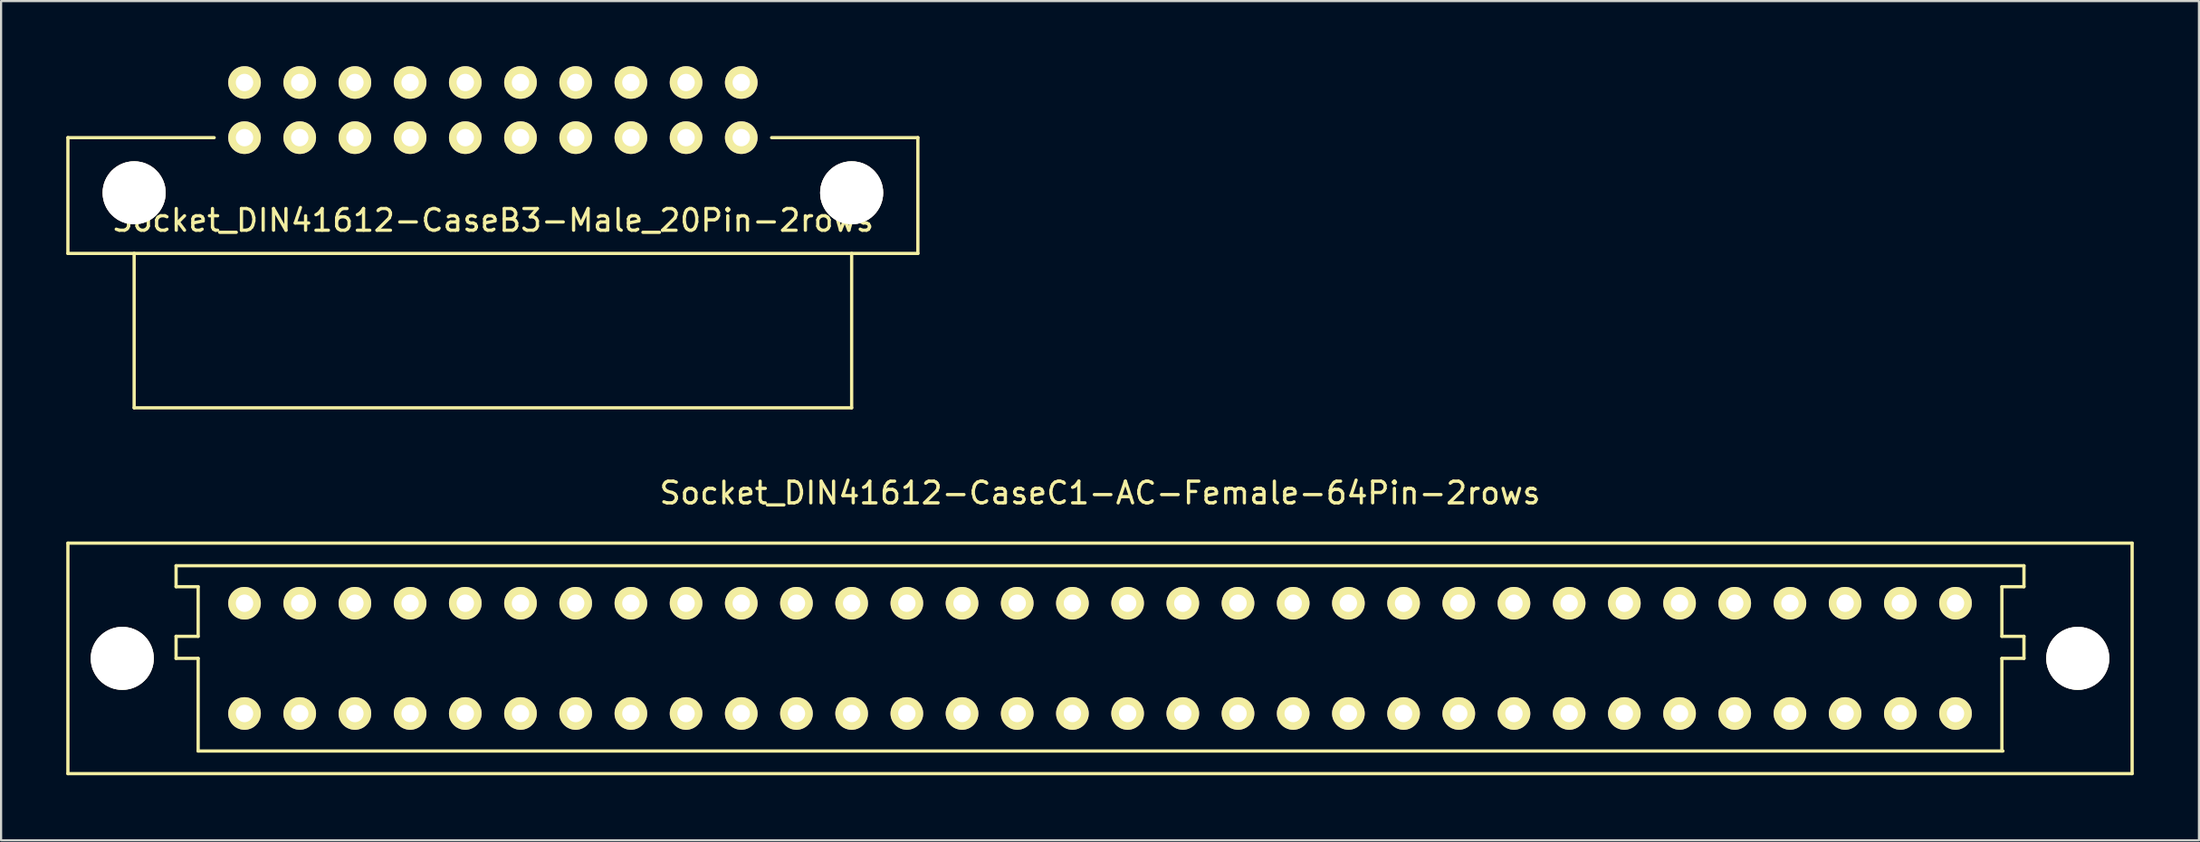
<source format=kicad_pcb>
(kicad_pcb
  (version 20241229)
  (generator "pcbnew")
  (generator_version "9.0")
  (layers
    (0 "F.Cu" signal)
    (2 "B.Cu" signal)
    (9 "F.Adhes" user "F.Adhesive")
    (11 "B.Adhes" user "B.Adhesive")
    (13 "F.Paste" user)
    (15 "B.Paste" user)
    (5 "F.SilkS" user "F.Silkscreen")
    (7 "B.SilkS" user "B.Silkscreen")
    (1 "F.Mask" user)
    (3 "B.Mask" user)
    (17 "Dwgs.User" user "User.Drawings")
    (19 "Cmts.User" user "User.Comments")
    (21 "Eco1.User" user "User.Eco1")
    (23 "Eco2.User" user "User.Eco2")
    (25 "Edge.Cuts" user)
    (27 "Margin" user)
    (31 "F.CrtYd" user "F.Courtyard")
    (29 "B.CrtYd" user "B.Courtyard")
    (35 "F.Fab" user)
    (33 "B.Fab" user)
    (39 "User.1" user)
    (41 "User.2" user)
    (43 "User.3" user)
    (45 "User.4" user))
  (footprint "Socket_DIN41612-CaseC1-AC-Female-64Pin-2rows"
    (layer "F.Cu")
    (at 47.573 27.28)
    (property "Reference" "Socket_DIN41612-CaseC1-AC-Female-64Pin-2rows" (at 0 -7.62 0) (layer "F.SilkS") (effects (font (size 1 1) (thickness 0.15))))
    (attr through_hole)
    (fp_line (start -47.498 -5.309) (end -47.498 5.309) (stroke (width 0.15) (type solid)) (layer "F.SilkS"))
    (fp_line (start -47.498 5.309) (end 47.498 5.309) (stroke (width 0.15) (type solid)) (layer "F.SilkS"))
    (fp_line (start -42.52 -3.302) (end -42.52 -4.267) (stroke (width 0.15) (type solid)) (layer "F.SilkS"))
    (fp_line (start -42.52 -1.016) (end -41.504 -1.016) (stroke (width 0.15) (type solid)) (layer "F.SilkS"))
    (fp_line (start -42.52 0) (end -42.52 -1.016) (stroke (width 0.15) (type solid)) (layer "F.SilkS"))
    (fp_line (start -41.504 -3.302) (end -42.52 -3.302) (stroke (width 0.15) (type solid)) (layer "F.SilkS"))
    (fp_line (start -41.504 -1.016) (end -41.504 -3.302) (stroke (width 0.15) (type solid)) (layer "F.SilkS"))
    (fp_line (start -41.504 0) (end -42.52 0) (stroke (width 0.15) (type solid)) (layer "F.SilkS"))
    (fp_line (start -41.504 4.267) (end -41.504 0) (stroke (width 0.15) (type solid)) (layer "F.SilkS"))
    (fp_line (start -41.504 4.267) (end 41.554 4.267) (stroke (width 0.15) (type solid)) (layer "F.SilkS"))
    (fp_line (start 41.504 -3.302) (end 42.52 -3.302) (stroke (width 0.15) (type solid)) (layer "F.SilkS"))
    (fp_line (start 41.504 -1.016) (end 41.504 -3.302) (stroke (width 0.15) (type solid)) (layer "F.SilkS"))
    (fp_line (start 41.504 0) (end 42.52 0) (stroke (width 0.15) (type solid)) (layer "F.SilkS"))
    (fp_line (start 41.504 4.267) (end 41.504 0) (stroke (width 0.15) (type solid)) (layer "F.SilkS"))
    (fp_line (start 42.52 -4.267) (end -42.52 -4.267) (stroke (width 0.15) (type solid)) (layer "F.SilkS"))
    (fp_line (start 42.52 -3.302) (end 42.52 -4.267) (stroke (width 0.15) (type solid)) (layer "F.SilkS"))
    (fp_line (start 42.52 -1.016) (end 41.504 -1.016) (stroke (width 0.15) (type solid)) (layer "F.SilkS"))
    (fp_line (start 42.52 0) (end 42.52 -1.016) (stroke (width 0.15) (type solid)) (layer "F.SilkS"))
    (fp_line (start 47.498 -5.309) (end -47.498 -5.309) (stroke (width 0.15) (type solid)) (layer "F.SilkS"))
    (fp_line (start 47.498 5.309) (end 47.498 -5.309) (stroke (width 0.15) (type solid)) (layer "F.SilkS"))
    (pad "1" thru_hole circle (at -44.996 0) (size 2.901 2.901) (drill 2.901) (layers "*.Cu" "*.Mask" "F.SilkS"))
    (pad "1" thru_hole circle (at 44.996 0) (size 2.901 2.901) (drill 2.901) (layers "*.Cu" "*.Mask" "F.SilkS"))
    (pad "1a" thru_hole circle (at 39.37 -2.54 180) (size 1.501 1.501) (drill 0.8) (layers "*.Cu" "*.Mask" "F.SilkS"))
    (pad "1c" thru_hole circle (at 39.37 2.54 180) (size 1.501 1.501) (drill 0.8) (layers "*.Cu" "*.Mask" "F.SilkS"))
    (pad "2a" thru_hole circle (at 36.83 -2.54 180) (size 1.501 1.501) (drill 0.8) (layers "*.Cu" "*.Mask" "F.SilkS"))
    (pad "2c" thru_hole circle (at 36.83 2.54 180) (size 1.501 1.501) (drill 0.8) (layers "*.Cu" "*.Mask" "F.SilkS"))
    (pad "3a" thru_hole circle (at 34.29 -2.54 180) (size 1.501 1.501) (drill 0.8) (layers "*.Cu" "*.Mask" "F.SilkS"))
    (pad "3c" thru_hole circle (at 34.29 2.54 180) (size 1.501 1.501) (drill 0.8) (layers "*.Cu" "*.Mask" "F.SilkS"))
    (pad "4a" thru_hole circle (at 31.75 -2.54 180) (size 1.501 1.501) (drill 0.8) (layers "*.Cu" "*.Mask" "F.SilkS"))
    (pad "4c" thru_hole circle (at 31.75 2.54 180) (size 1.501 1.501) (drill 0.8) (layers "*.Cu" "*.Mask" "F.SilkS"))
    (pad "5a" thru_hole circle (at 29.21 -2.54 180) (size 1.501 1.501) (drill 0.8) (layers "*.Cu" "*.Mask" "F.SilkS"))
    (pad "5c" thru_hole circle (at 29.21 2.54 180) (size 1.501 1.501) (drill 0.8) (layers "*.Cu" "*.Mask" "F.SilkS"))
    (pad "6a" thru_hole circle (at 26.67 -2.54 180) (size 1.501 1.501) (drill 0.8) (layers "*.Cu" "*.Mask" "F.SilkS"))
    (pad "6c" thru_hole circle (at 26.67 2.54 180) (size 1.501 1.501) (drill 0.8) (layers "*.Cu" "*.Mask" "F.SilkS"))
    (pad "7a" thru_hole circle (at 24.13 -2.54 180) (size 1.501 1.501) (drill 0.8) (layers "*.Cu" "*.Mask" "F.SilkS"))
    (pad "7c" thru_hole circle (at 24.13 2.54 180) (size 1.501 1.501) (drill 0.8) (layers "*.Cu" "*.Mask" "F.SilkS"))
    (pad "8a" thru_hole circle (at 21.59 -2.54 180) (size 1.501 1.501) (drill 0.8) (layers "*.Cu" "*.Mask" "F.SilkS"))
    (pad "8c" thru_hole circle (at 21.59 2.54 180) (size 1.501 1.501) (drill 0.8) (layers "*.Cu" "*.Mask" "F.SilkS"))
    (pad "9a" thru_hole circle (at 19.05 -2.54 180) (size 1.501 1.501) (drill 0.8) (layers "*.Cu" "*.Mask" "F.SilkS"))
    (pad "9c" thru_hole circle (at 19.05 2.54 180) (size 1.501 1.501) (drill 0.8) (layers "*.Cu" "*.Mask" "F.SilkS"))
    (pad "10a" thru_hole circle (at 16.51 -2.54 180) (size 1.501 1.501) (drill 0.8) (layers "*.Cu" "*.Mask" "F.SilkS"))
    (pad "10c" thru_hole circle (at 16.51 2.54 180) (size 1.501 1.501) (drill 0.8) (layers "*.Cu" "*.Mask" "F.SilkS"))
    (pad "11a" thru_hole circle (at 13.97 -2.54 180) (size 1.501 1.501) (drill 0.8) (layers "*.Cu" "*.Mask" "F.SilkS"))
    (pad "11c" thru_hole circle (at 13.97 2.54 180) (size 1.501 1.501) (drill 0.8) (layers "*.Cu" "*.Mask" "F.SilkS"))
    (pad "12a" thru_hole circle (at 11.43 -2.54 180) (size 1.501 1.501) (drill 0.8) (layers "*.Cu" "*.Mask" "F.SilkS"))
    (pad "12c" thru_hole circle (at 11.43 2.54 180) (size 1.501 1.501) (drill 0.8) (layers "*.Cu" "*.Mask" "F.SilkS"))
    (pad "13a" thru_hole circle (at 8.89 -2.54 180) (size 1.501 1.501) (drill 0.8) (layers "*.Cu" "*.Mask" "F.SilkS"))
    (pad "13c" thru_hole circle (at 8.89 2.54 180) (size 1.501 1.501) (drill 0.8) (layers "*.Cu" "*.Mask" "F.SilkS"))
    (pad "14a" thru_hole circle (at 6.35 -2.54 180) (size 1.501 1.501) (drill 0.8) (layers "*.Cu" "*.Mask" "F.SilkS"))
    (pad "14c" thru_hole circle (at 6.35 2.54 180) (size 1.501 1.501) (drill 0.8) (layers "*.Cu" "*.Mask" "F.SilkS"))
    (pad "15a" thru_hole circle (at 3.81 -2.54 180) (size 1.501 1.501) (drill 0.8) (layers "*.Cu" "*.Mask" "F.SilkS"))
    (pad "15c" thru_hole circle (at 3.81 2.54 180) (size 1.501 1.501) (drill 0.8) (layers "*.Cu" "*.Mask" "F.SilkS"))
    (pad "16a" thru_hole circle (at 1.27 -2.54 180) (size 1.501 1.501) (drill 0.8) (layers "*.Cu" "*.Mask" "F.SilkS"))
    (pad "16c" thru_hole circle (at 1.27 2.54 180) (size 1.501 1.501) (drill 0.8) (layers "*.Cu" "*.Mask" "F.SilkS"))
    (pad "17a" thru_hole circle (at -1.27 -2.54 180) (size 1.501 1.501) (drill 0.8) (layers "*.Cu" "*.Mask" "F.SilkS"))
    (pad "17c" thru_hole circle (at -1.27 2.54 180) (size 1.501 1.501) (drill 0.8) (layers "*.Cu" "*.Mask" "F.SilkS"))
    (pad "18a" thru_hole circle (at -3.81 -2.54 180) (size 1.501 1.501) (drill 0.8) (layers "*.Cu" "*.Mask" "F.SilkS"))
    (pad "18c" thru_hole circle (at -3.81 2.54 180) (size 1.501 1.501) (drill 0.8) (layers "*.Cu" "*.Mask" "F.SilkS"))
    (pad "19a" thru_hole circle (at -6.35 -2.54 180) (size 1.501 1.501) (drill 0.8) (layers "*.Cu" "*.Mask" "F.SilkS"))
    (pad "19c" thru_hole circle (at -6.35 2.54 180) (size 1.501 1.501) (drill 0.8) (layers "*.Cu" "*.Mask" "F.SilkS"))
    (pad "20a" thru_hole circle (at -8.89 -2.54 180) (size 1.501 1.501) (drill 0.8) (layers "*.Cu" "*.Mask" "F.SilkS"))
    (pad "20c" thru_hole circle (at -8.89 2.54 180) (size 1.501 1.501) (drill 0.8) (layers "*.Cu" "*.Mask" "F.SilkS"))
    (pad "21a" thru_hole circle (at -11.43 -2.54 180) (size 1.501 1.501) (drill 0.8) (layers "*.Cu" "*.Mask" "F.SilkS"))
    (pad "21c" thru_hole circle (at -11.43 2.54 180) (size 1.501 1.501) (drill 0.8) (layers "*.Cu" "*.Mask" "F.SilkS"))
    (pad "22a" thru_hole circle (at -13.97 -2.54 180) (size 1.501 1.501) (drill 0.8) (layers "*.Cu" "*.Mask" "F.SilkS"))
    (pad "22c" thru_hole circle (at -13.97 2.54 180) (size 1.501 1.501) (drill 0.8) (layers "*.Cu" "*.Mask" "F.SilkS"))
    (pad "23a" thru_hole circle (at -16.51 -2.54 180) (size 1.501 1.501) (drill 0.8) (layers "*.Cu" "*.Mask" "F.SilkS"))
    (pad "23c" thru_hole circle (at -16.51 2.54 180) (size 1.501 1.501) (drill 0.8) (layers "*.Cu" "*.Mask" "F.SilkS"))
    (pad "24" thru_hole circle (at -19.05 -2.54 180) (size 1.501 1.501) (drill 0.8) (layers "*.Cu" "*.Mask" "F.SilkS"))
    (pad "24c" thru_hole circle (at -19.05 2.54 180) (size 1.501 1.501) (drill 0.8) (layers "*.Cu" "*.Mask" "F.SilkS"))
    (pad "25a" thru_hole circle (at -21.59 -2.54 180) (size 1.501 1.501) (drill 0.8) (layers "*.Cu" "*.Mask" "F.SilkS"))
    (pad "25c" thru_hole circle (at -21.59 2.54 180) (size 1.501 1.501) (drill 0.8) (layers "*.Cu" "*.Mask" "F.SilkS"))
    (pad "26a" thru_hole circle (at -24.13 -2.54 180) (size 1.501 1.501) (drill 0.8) (layers "*.Cu" "*.Mask" "F.SilkS"))
    (pad "26c" thru_hole circle (at -24.13 2.54 180) (size 1.501 1.501) (drill 0.8) (layers "*.Cu" "*.Mask" "F.SilkS"))
    (pad "27a" thru_hole circle (at -26.67 -2.54 180) (size 1.501 1.501) (drill 0.8) (layers "*.Cu" "*.Mask" "F.SilkS"))
    (pad "27c" thru_hole circle (at -26.67 2.54 180) (size 1.501 1.501) (drill 0.8) (layers "*.Cu" "*.Mask" "F.SilkS"))
    (pad "28a" thru_hole circle (at -29.21 -2.54 180) (size 1.501 1.501) (drill 0.8) (layers "*.Cu" "*.Mask" "F.SilkS"))
    (pad "28c" thru_hole circle (at -29.21 2.54 180) (size 1.501 1.501) (drill 0.8) (layers "*.Cu" "*.Mask" "F.SilkS"))
    (pad "29a" thru_hole circle (at -31.75 -2.54 180) (size 1.501 1.501) (drill 0.8) (layers "*.Cu" "*.Mask" "F.SilkS"))
    (pad "29c" thru_hole circle (at -31.75 2.54 180) (size 1.501 1.501) (drill 0.8) (layers "*.Cu" "*.Mask" "F.SilkS"))
    (pad "30a" thru_hole circle (at -34.29 -2.54 180) (size 1.501 1.501) (drill 0.8) (layers "*.Cu" "*.Mask" "F.SilkS"))
    (pad "30c" thru_hole circle (at -34.29 2.54 180) (size 1.501 1.501) (drill 0.8) (layers "*.Cu" "*.Mask" "F.SilkS"))
    (pad "31a" thru_hole circle (at -36.83 -2.54 180) (size 1.501 1.501) (drill 0.8) (layers "*.Cu" "*.Mask" "F.SilkS"))
    (pad "31c" thru_hole circle (at -36.83 2.54 180) (size 1.501 1.501) (drill 0.8) (layers "*.Cu" "*.Mask" "F.SilkS"))
    (pad "32a" thru_hole circle (at -39.37 -2.54 180) (size 1.501 1.501) (drill 0.8) (layers "*.Cu" "*.Mask" "F.SilkS"))
    (pad "32c" thru_hole circle (at -39.37 2.54 180) (size 1.501 1.501) (drill 0.8) (layers "*.Cu" "*.Mask" "F.SilkS")))
  (footprint "Socket_DIN41612-CaseB3-Male_20Pin-2rows"
    (layer "F.Cu")
    (at 19.633 2.021)
    (property "Reference" "Socket_DIN41612-CaseB3-Male_20Pin-2rows" (at 0 5.08 0) (layer "F.SilkS") (effects (font (size 1 1) (thickness 0.15))))
    (attr through_hole)
    (fp_line (start -19.558 1.27) (end -12.827 1.27) (stroke (width 0.15) (type solid)) (layer "F.SilkS"))
    (fp_line (start -19.558 6.604) (end -19.558 1.27) (stroke (width 0.15) (type solid)) (layer "F.SilkS"))
    (fp_line (start -16.51 13.716) (end -16.51 6.604) (stroke (width 0.15) (type solid)) (layer "F.SilkS"))
    (fp_line (start 16.51 6.604) (end 16.51 13.716) (stroke (width 0.15) (type solid)) (layer "F.SilkS"))
    (fp_line (start 16.51 13.716) (end -16.51 13.716) (stroke (width 0.15) (type solid)) (layer "F.SilkS"))
    (fp_line (start 19.558 1.27) (end 12.827 1.27) (stroke (width 0.15) (type solid)) (layer "F.SilkS"))
    (fp_line (start 19.558 1.27) (end 19.558 6.604) (stroke (width 0.15) (type solid)) (layer "F.SilkS"))
    (fp_line (start 19.558 6.604) (end -19.558 6.604) (stroke (width 0.15) (type solid)) (layer "F.SilkS"))
    (pad "1" thru_hole circle (at -16.51 3.81) (size 2.901 2.901) (drill 2.901) (layers "*.Cu" "*.Mask" "F.SilkS"))
    (pad "1" thru_hole circle (at 16.51 3.81) (size 2.901 2.901) (drill 2.901) (layers "*.Cu" "*.Mask" "F.SilkS"))
    (pad "1a" thru_hole circle (at 11.43 -1.27 180) (size 1.501 1.501) (drill 0.8) (layers "*.Cu" "*.Mask" "F.SilkS"))
    (pad "1b" thru_hole circle (at 11.43 1.27 180) (size 1.501 1.501) (drill 0.8) (layers "*.Cu" "*.Mask" "F.SilkS"))
    (pad "2a" thru_hole circle (at 8.89 -1.27 180) (size 1.501 1.501) (drill 0.8) (layers "*.Cu" "*.Mask" "F.SilkS"))
    (pad "2b" thru_hole circle (at 8.89 1.27 180) (size 1.501 1.501) (drill 0.8) (layers "*.Cu" "*.Mask" "F.SilkS"))
    (pad "3a" thru_hole circle (at 6.35 -1.27 180) (size 1.501 1.501) (drill 0.8) (layers "*.Cu" "*.Mask" "F.SilkS"))
    (pad "3b" thru_hole circle (at 6.35 1.27 180) (size 1.501 1.501) (drill 0.8) (layers "*.Cu" "*.Mask" "F.SilkS"))
    (pad "4a" thru_hole circle (at 3.81 -1.27 180) (size 1.501 1.501) (drill 0.8) (layers "*.Cu" "*.Mask" "F.SilkS"))
    (pad "4b" thru_hole circle (at 3.81 1.27 180) (size 1.501 1.501) (drill 0.8) (layers "*.Cu" "*.Mask" "F.SilkS"))
    (pad "5a" thru_hole circle (at 1.27 -1.27 180) (size 1.501 1.501) (drill 0.8) (layers "*.Cu" "*.Mask" "F.SilkS"))
    (pad "5b" thru_hole circle (at 1.27 1.27 180) (size 1.501 1.501) (drill 0.8) (layers "*.Cu" "*.Mask" "F.SilkS"))
    (pad "6a" thru_hole circle (at -1.27 -1.27 180) (size 1.501 1.501) (drill 0.8) (layers "*.Cu" "*.Mask" "F.SilkS"))
    (pad "6b" thru_hole circle (at -1.27 1.27 180) (size 1.501 1.501) (drill 0.8) (layers "*.Cu" "*.Mask" "F.SilkS"))
    (pad "7a" thru_hole circle (at -3.81 -1.27 180) (size 1.501 1.501) (drill 0.8) (layers "*.Cu" "*.Mask" "F.SilkS"))
    (pad "7b" thru_hole circle (at -3.81 1.27 180) (size 1.501 1.501) (drill 0.8) (layers "*.Cu" "*.Mask" "F.SilkS"))
    (pad "8a" thru_hole circle (at -6.35 -1.27 180) (size 1.501 1.501) (drill 0.8) (layers "*.Cu" "*.Mask" "F.SilkS"))
    (pad "8b" thru_hole circle (at -6.35 1.27 180) (size 1.501 1.501) (drill 0.8) (layers "*.Cu" "*.Mask" "F.SilkS"))
    (pad "9a" thru_hole circle (at -8.89 -1.27 180) (size 1.501 1.501) (drill 0.8) (layers "*.Cu" "*.Mask" "F.SilkS"))
    (pad "9b" thru_hole circle (at -8.89 1.27 180) (size 1.501 1.501) (drill 0.8) (layers "*.Cu" "*.Mask" "F.SilkS"))
    (pad "10a" thru_hole circle (at -11.43 -1.27 180) (size 1.501 1.501) (drill 0.8) (layers "*.Cu" "*.Mask" "F.SilkS"))
    (pad "10b" thru_hole circle (at -11.43 1.27 180) (size 1.501 1.501) (drill 0.8) (layers "*.Cu" "*.Mask" "F.SilkS")))
  (gr_rect
    (start -3 -3)
    (end 98.146 35.663)
    (stroke (width 0.1) (type default))
    (fill no)
    (layer "Edge.Cuts")))
</source>
